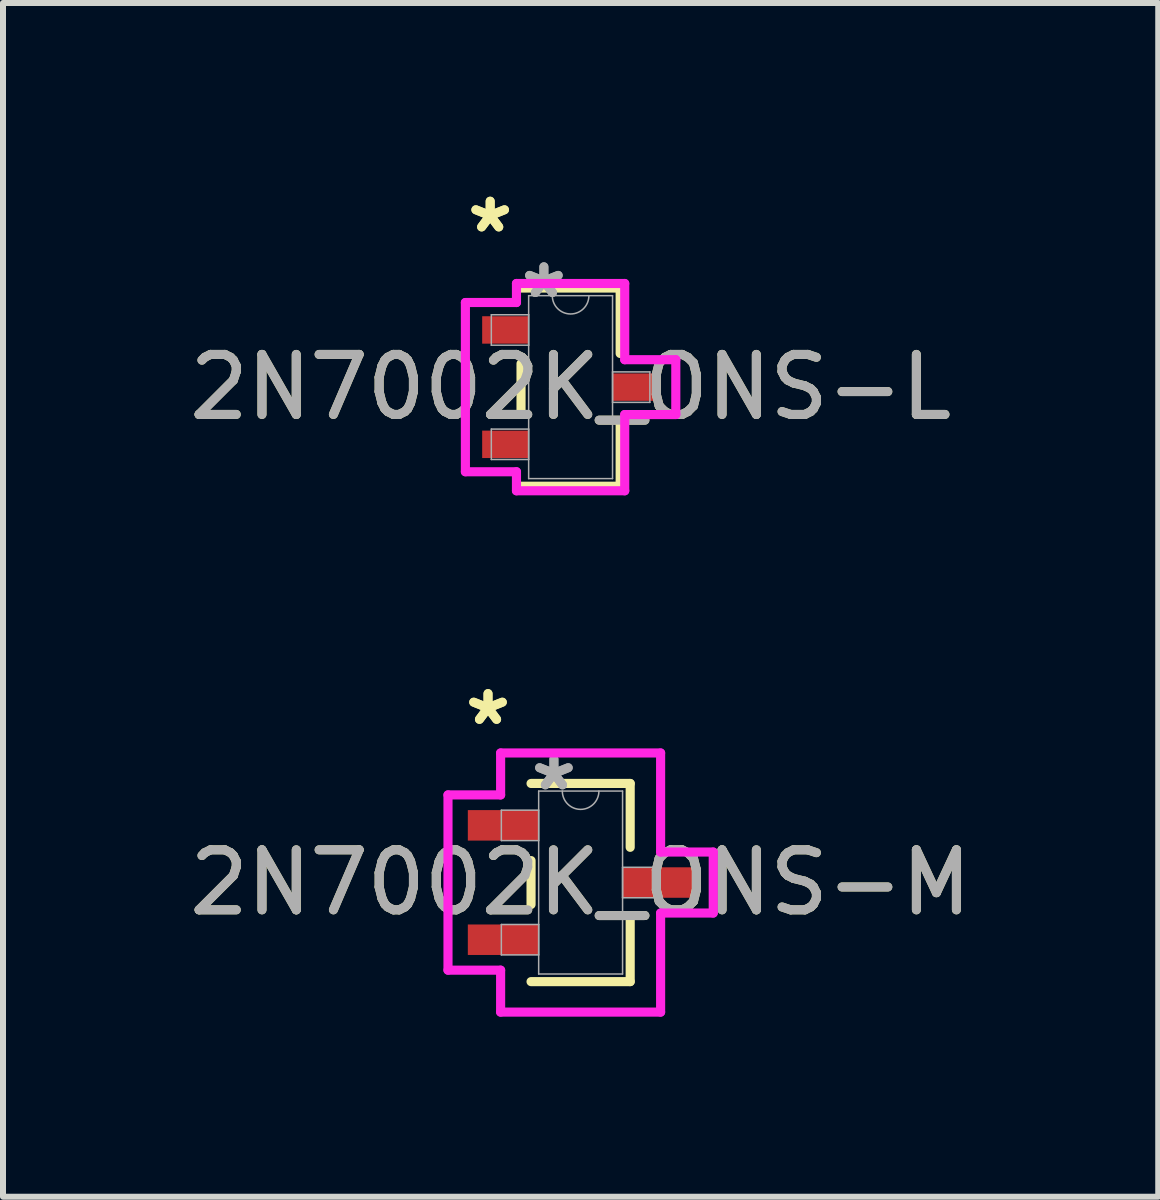
<source format=kicad_pcb>
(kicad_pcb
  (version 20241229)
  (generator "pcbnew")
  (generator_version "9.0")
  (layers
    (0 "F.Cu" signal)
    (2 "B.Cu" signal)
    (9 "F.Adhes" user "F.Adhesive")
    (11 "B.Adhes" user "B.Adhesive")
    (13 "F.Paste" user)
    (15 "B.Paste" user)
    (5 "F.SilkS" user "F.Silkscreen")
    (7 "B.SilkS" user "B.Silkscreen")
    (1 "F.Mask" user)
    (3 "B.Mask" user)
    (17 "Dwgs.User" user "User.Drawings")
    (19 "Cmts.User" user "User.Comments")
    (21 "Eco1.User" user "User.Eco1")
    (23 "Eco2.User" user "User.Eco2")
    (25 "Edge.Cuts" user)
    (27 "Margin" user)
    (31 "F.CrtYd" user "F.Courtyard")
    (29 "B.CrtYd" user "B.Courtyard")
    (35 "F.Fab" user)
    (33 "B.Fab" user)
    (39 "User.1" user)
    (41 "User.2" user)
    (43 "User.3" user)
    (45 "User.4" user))
  (footprint "2N7002K_ONS-M"
    (layer "F.Cu")
    (at 6.625 11.656)
    (property "Reference" "2N7002K_ONS-M" (at 0 0 0) (unlocked yes) (layer "F.SilkS") (effects (font (size 1 1) (thickness 0.15))))
    (attr smd)
    (fp_line (start -0.826 -0.366) (end -0.826 0.366) (stroke (width 0.152) (type solid)) (layer "F.SilkS"))
    (fp_line (start -0.826 1.651) (end 0.826 1.651) (stroke (width 0.152) (type solid)) (layer "F.SilkS"))
    (fp_line (start 0.826 -1.651) (end -0.826 -1.651) (stroke (width 0.152) (type solid)) (layer "F.SilkS"))
    (fp_line (start 0.826 -0.587) (end 0.826 -1.651) (stroke (width 0.152) (type solid)) (layer "F.SilkS"))
    (fp_line (start 0.826 1.651) (end 0.826 0.587) (stroke (width 0.152) (type solid)) (layer "F.SilkS"))
    (fp_line (start -2.21 -1.46) (end -1.333 -1.46) (stroke (width 0.152) (type solid)) (layer "F.CrtYd"))
    (fp_line (start -2.21 1.46) (end -2.21 -1.46) (stroke (width 0.152) (type solid)) (layer "F.CrtYd"))
    (fp_line (start -1.333 -2.159) (end 1.333 -2.159) (stroke (width 0.152) (type solid)) (layer "F.CrtYd"))
    (fp_line (start -1.333 -1.46) (end -1.333 -2.159) (stroke (width 0.152) (type solid)) (layer "F.CrtYd"))
    (fp_line (start -1.333 1.46) (end -2.21 1.46) (stroke (width 0.152) (type solid)) (layer "F.CrtYd"))
    (fp_line (start -1.333 2.159) (end -1.333 1.46) (stroke (width 0.152) (type solid)) (layer "F.CrtYd"))
    (fp_line (start 1.333 -2.159) (end 1.333 -0.508) (stroke (width 0.152) (type solid)) (layer "F.CrtYd"))
    (fp_line (start 1.333 -0.508) (end 2.21 -0.508) (stroke (width 0.152) (type solid)) (layer "F.CrtYd"))
    (fp_line (start 1.333 0.508) (end 1.333 2.159) (stroke (width 0.152) (type solid)) (layer "F.CrtYd"))
    (fp_line (start 1.333 2.159) (end -1.333 2.159) (stroke (width 0.152) (type solid)) (layer "F.CrtYd"))
    (fp_line (start 2.21 -0.508) (end 2.21 0.508) (stroke (width 0.152) (type solid)) (layer "F.CrtYd"))
    (fp_line (start 2.21 0.508) (end 1.333 0.508) (stroke (width 0.152) (type solid)) (layer "F.CrtYd"))
    (fp_line (start -1.321 -1.206) (end -1.321 -0.699) (stroke (width 0.025) (type solid)) (layer "F.Fab"))
    (fp_line (start -1.321 -0.699) (end -0.699 -0.699) (stroke (width 0.025) (type solid)) (layer "F.Fab"))
    (fp_line (start -1.321 0.699) (end -1.321 1.206) (stroke (width 0.025) (type solid)) (layer "F.Fab"))
    (fp_line (start -1.321 1.206) (end -0.699 1.206) (stroke (width 0.025) (type solid)) (layer "F.Fab"))
    (fp_line (start -0.699 -1.524) (end -0.699 1.524) (stroke (width 0.025) (type solid)) (layer "F.Fab"))
    (fp_line (start -0.699 -1.206) (end -1.321 -1.206) (stroke (width 0.025) (type solid)) (layer "F.Fab"))
    (fp_line (start -0.699 -0.699) (end -0.699 -1.206) (stroke (width 0.025) (type solid)) (layer "F.Fab"))
    (fp_line (start -0.699 0.699) (end -1.321 0.699) (stroke (width 0.025) (type solid)) (layer "F.Fab"))
    (fp_line (start -0.699 1.206) (end -0.699 0.699) (stroke (width 0.025) (type solid)) (layer "F.Fab"))
    (fp_line (start -0.699 1.524) (end 0.699 1.524) (stroke (width 0.025) (type solid)) (layer "F.Fab"))
    (fp_line (start 0.699 -1.524) (end -0.699 -1.524) (stroke (width 0.025) (type solid)) (layer "F.Fab"))
    (fp_line (start 0.699 -0.254) (end 0.699 0.254) (stroke (width 0.025) (type solid)) (layer "F.Fab"))
    (fp_line (start 0.699 0.254) (end 1.321 0.254) (stroke (width 0.025) (type solid)) (layer "F.Fab"))
    (fp_line (start 0.699 1.524) (end 0.699 -1.524) (stroke (width 0.025) (type solid)) (layer "F.Fab"))
    (fp_line (start 1.321 -0.254) (end 0.699 -0.254) (stroke (width 0.025) (type solid)) (layer "F.Fab"))
    (fp_line (start 1.321 0.254) (end 1.321 -0.254) (stroke (width 0.025) (type solid)) (layer "F.Fab"))
    (fp_arc (start 0.3048 -1.524) (mid 0 -1.2192) (end -0.3048 -1.524) (stroke (width 0.0254) (type solid)) (layer "F.Fab"))
    (fp_text user "*" (at -1.543 -2.603 0) (unlocked yes) (layer "F.SilkS") (effects (font (size 1 1) (thickness 0.15))))
    (fp_text user "*" (at -1.543 -2.603 0) (layer "F.SilkS") (effects (font (size 1 1) (thickness 0.15))))
    (fp_text user "*" (at -0.445 -1.511 0) (unlocked yes) (layer "F.Fab") (effects (font (size 1 1) (thickness 0.15))))
    (fp_text user "${REFERENCE}" (at 0 0 0) (unlocked yes) (layer "F.Fab") (effects (font (size 1 1) (thickness 0.15))))
    (fp_text user "*" (at -0.445 -1.511 0) (layer "F.Fab") (effects (font (size 1 1) (thickness 0.15))))
    (pad "1" smd rect (at -1.289 -0.953) (size 1.181 0.508) (layers "F.Cu" "F.Mask" "F.Paste"))
    (pad "2" smd rect (at -1.289 0.953) (size 1.181 0.508) (layers "F.Cu" "F.Mask" "F.Paste"))
    (pad "3" smd rect (at 1.289 0) (size 1.181 0.508) (layers "F.Cu" "F.Mask" "F.Paste")))
  (footprint "2N7002K_ONS-L"
    (layer "F.Cu")
    (at 6.458 3.401)
    (property "Reference" "2N7002K_ONS-L" (at 0 0 0) (unlocked yes) (layer "F.SilkS") (effects (font (size 1 1) (thickness 0.15))))
    (attr smd)
    (fp_line (start -0.826 -0.391) (end -0.826 0.391) (stroke (width 0.152) (type solid)) (layer "F.SilkS"))
    (fp_line (start -0.826 1.651) (end 0.826 1.651) (stroke (width 0.152) (type solid)) (layer "F.SilkS"))
    (fp_line (start 0.826 -1.651) (end -0.826 -1.651) (stroke (width 0.152) (type solid)) (layer "F.SilkS"))
    (fp_line (start 0.826 -0.561) (end 0.826 -1.651) (stroke (width 0.152) (type solid)) (layer "F.SilkS"))
    (fp_line (start 0.826 1.651) (end 0.826 0.561) (stroke (width 0.152) (type solid)) (layer "F.SilkS"))
    (fp_line (start -1.753 -1.41) (end -0.902 -1.41) (stroke (width 0.152) (type solid)) (layer "F.CrtYd"))
    (fp_line (start -1.753 1.41) (end -1.753 -1.41) (stroke (width 0.152) (type solid)) (layer "F.CrtYd"))
    (fp_line (start -0.902 -1.727) (end 0.902 -1.727) (stroke (width 0.152) (type solid)) (layer "F.CrtYd"))
    (fp_line (start -0.902 -1.41) (end -0.902 -1.727) (stroke (width 0.152) (type solid)) (layer "F.CrtYd"))
    (fp_line (start -0.902 1.41) (end -1.753 1.41) (stroke (width 0.152) (type solid)) (layer "F.CrtYd"))
    (fp_line (start -0.902 1.727) (end -0.902 1.41) (stroke (width 0.152) (type solid)) (layer "F.CrtYd"))
    (fp_line (start 0.902 -1.727) (end 0.902 -0.457) (stroke (width 0.152) (type solid)) (layer "F.CrtYd"))
    (fp_line (start 0.902 -0.457) (end 1.753 -0.457) (stroke (width 0.152) (type solid)) (layer "F.CrtYd"))
    (fp_line (start 0.902 0.457) (end 0.902 1.727) (stroke (width 0.152) (type solid)) (layer "F.CrtYd"))
    (fp_line (start 0.902 1.727) (end -0.902 1.727) (stroke (width 0.152) (type solid)) (layer "F.CrtYd"))
    (fp_line (start 1.753 -0.457) (end 1.753 0.457) (stroke (width 0.152) (type solid)) (layer "F.CrtYd"))
    (fp_line (start 1.753 0.457) (end 0.902 0.457) (stroke (width 0.152) (type solid)) (layer "F.CrtYd"))
    (fp_line (start -1.321 -1.206) (end -1.321 -0.699) (stroke (width 0.025) (type solid)) (layer "F.Fab"))
    (fp_line (start -1.321 -0.699) (end -0.699 -0.699) (stroke (width 0.025) (type solid)) (layer "F.Fab"))
    (fp_line (start -1.321 0.699) (end -1.321 1.206) (stroke (width 0.025) (type solid)) (layer "F.Fab"))
    (fp_line (start -1.321 1.206) (end -0.699 1.206) (stroke (width 0.025) (type solid)) (layer "F.Fab"))
    (fp_line (start -0.699 -1.524) (end -0.699 1.524) (stroke (width 0.025) (type solid)) (layer "F.Fab"))
    (fp_line (start -0.699 -1.206) (end -1.321 -1.206) (stroke (width 0.025) (type solid)) (layer "F.Fab"))
    (fp_line (start -0.699 -0.699) (end -0.699 -1.206) (stroke (width 0.025) (type solid)) (layer "F.Fab"))
    (fp_line (start -0.699 0.699) (end -1.321 0.699) (stroke (width 0.025) (type solid)) (layer "F.Fab"))
    (fp_line (start -0.699 1.206) (end -0.699 0.699) (stroke (width 0.025) (type solid)) (layer "F.Fab"))
    (fp_line (start -0.699 1.524) (end 0.699 1.524) (stroke (width 0.025) (type solid)) (layer "F.Fab"))
    (fp_line (start 0.699 -1.524) (end -0.699 -1.524) (stroke (width 0.025) (type solid)) (layer "F.Fab"))
    (fp_line (start 0.699 -0.254) (end 0.699 0.254) (stroke (width 0.025) (type solid)) (layer "F.Fab"))
    (fp_line (start 0.699 0.254) (end 1.321 0.254) (stroke (width 0.025) (type solid)) (layer "F.Fab"))
    (fp_line (start 0.699 1.524) (end 0.699 -1.524) (stroke (width 0.025) (type solid)) (layer "F.Fab"))
    (fp_line (start 1.321 -0.254) (end 0.699 -0.254) (stroke (width 0.025) (type solid)) (layer "F.Fab"))
    (fp_line (start 1.321 0.254) (end 1.321 -0.254) (stroke (width 0.025) (type solid)) (layer "F.Fab"))
    (fp_arc (start 0.3048 -1.524) (mid 0 -1.2192) (end -0.3048 -1.524) (stroke (width 0.0254) (type solid)) (layer "F.Fab"))
    (fp_text user "*" (at -1.34 -2.553 0) (layer "F.SilkS") (effects (font (size 1 1) (thickness 0.15))))
    (fp_text user "*" (at -1.34 -2.553 0) (unlocked yes) (layer "F.SilkS") (effects (font (size 1 1) (thickness 0.15))))
    (fp_text user "*" (at -0.445 -1.46 0) (layer "F.Fab") (effects (font (size 1 1) (thickness 0.15))))
    (fp_text user "*" (at -0.445 -1.46 0) (unlocked yes) (layer "F.Fab") (effects (font (size 1 1) (thickness 0.15))))
    (fp_text user "${REFERENCE}" (at 0 0 0) (unlocked yes) (layer "F.Fab") (effects (font (size 1 1) (thickness 0.15))))
    (pad "1" smd rect (at -1.086 -0.953) (size 0.775 0.457) (layers "F.Cu" "F.Mask" "F.Paste"))
    (pad "2" smd rect (at -1.086 0.953) (size 0.775 0.457) (layers "F.Cu" "F.Mask" "F.Paste"))
    (pad "3" smd rect (at 1.086 0) (size 0.775 0.457) (layers "F.Cu" "F.Mask" "F.Paste")))
  (gr_rect
    (start -3 -3)
    (end 16.25 16.891)
    (stroke (width 0.1) (type default))
    (fill no)
    (layer "Edge.Cuts")))
</source>
